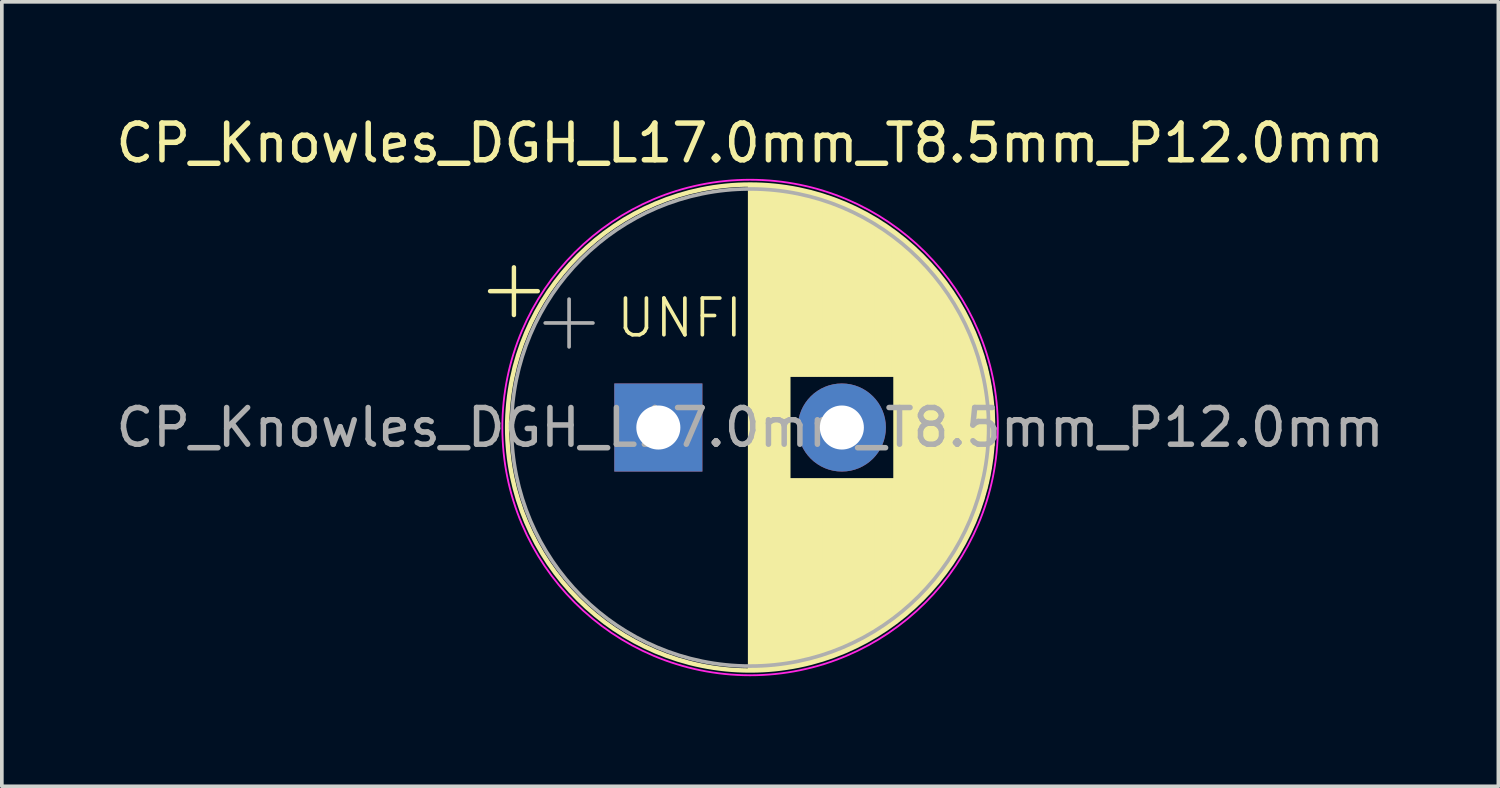
<source format=kicad_pcb>
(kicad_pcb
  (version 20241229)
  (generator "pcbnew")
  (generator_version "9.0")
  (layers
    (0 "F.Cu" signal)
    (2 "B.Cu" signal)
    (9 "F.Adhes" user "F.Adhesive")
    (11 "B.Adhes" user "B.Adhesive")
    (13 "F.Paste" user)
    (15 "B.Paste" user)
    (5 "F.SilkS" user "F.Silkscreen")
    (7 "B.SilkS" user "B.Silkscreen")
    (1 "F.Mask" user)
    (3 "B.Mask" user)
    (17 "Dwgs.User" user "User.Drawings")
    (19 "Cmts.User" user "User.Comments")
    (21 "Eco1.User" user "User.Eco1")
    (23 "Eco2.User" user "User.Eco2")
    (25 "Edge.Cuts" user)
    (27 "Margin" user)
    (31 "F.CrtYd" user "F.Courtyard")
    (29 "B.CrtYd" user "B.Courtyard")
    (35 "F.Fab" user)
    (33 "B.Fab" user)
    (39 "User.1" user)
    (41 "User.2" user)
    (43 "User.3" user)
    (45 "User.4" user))
  (footprint "CP_Knowles_DGH_L17.0mm_T8.5mm_P12.0mm"
    (layer "F.Cu")
    (at 14.887 8.598)
    (property "Reference" "CP_Knowles_DGH_L17.0mm_T8.5mm_P12.0mm" (at 2.5 -7.75 0) (layer "F.SilkS") (effects (font (size 1 1) (thickness 0.15))))
    (attr through_hole)
    (fp_line (start -4.585 -3.715) (end -3.285 -3.715) (stroke (width 0.12) (type solid)) (layer "F.SilkS"))
    (fp_line (start -3.935 -4.365) (end -3.935 -3.065) (stroke (width 0.12) (type solid)) (layer "F.SilkS"))
    (fp_line (start 2.5 -6.58) (end 2.5 6.58) (stroke (width 0.12) (type solid)) (layer "F.SilkS"))
    (fp_line (start 2.54 -6.58) (end 2.54 6.58) (stroke (width 0.12) (type solid)) (layer "F.SilkS"))
    (fp_line (start 2.58 -6.58) (end 2.58 6.58) (stroke (width 0.12) (type solid)) (layer "F.SilkS"))
    (fp_line (start 2.62 -6.579) (end 2.62 6.579) (stroke (width 0.12) (type solid)) (layer "F.SilkS"))
    (fp_line (start 2.66 -6.579) (end 2.66 6.579) (stroke (width 0.12) (type solid)) (layer "F.SilkS"))
    (fp_line (start 2.7 -6.577) (end 2.7 6.577) (stroke (width 0.12) (type solid)) (layer "F.SilkS"))
    (fp_line (start 2.74 -6.576) (end 2.74 6.576) (stroke (width 0.12) (type solid)) (layer "F.SilkS"))
    (fp_line (start 2.78 -6.575) (end 2.78 6.575) (stroke (width 0.12) (type solid)) (layer "F.SilkS"))
    (fp_line (start 2.82 -6.573) (end 2.82 6.573) (stroke (width 0.12) (type solid)) (layer "F.SilkS"))
    (fp_line (start 2.86 -6.571) (end 2.86 6.571) (stroke (width 0.12) (type solid)) (layer "F.SilkS"))
    (fp_line (start 2.9 -6.568) (end 2.9 6.568) (stroke (width 0.12) (type solid)) (layer "F.SilkS"))
    (fp_line (start 2.94 -6.566) (end 2.94 6.566) (stroke (width 0.12) (type solid)) (layer "F.SilkS"))
    (fp_line (start 2.98 -6.563) (end 2.98 6.563) (stroke (width 0.12) (type solid)) (layer "F.SilkS"))
    (fp_line (start 3.02 -6.56) (end 3.02 6.56) (stroke (width 0.12) (type solid)) (layer "F.SilkS"))
    (fp_line (start 3.06 -6.557) (end 3.06 6.557) (stroke (width 0.12) (type solid)) (layer "F.SilkS"))
    (fp_line (start 3.1 -6.553) (end 3.1 6.553) (stroke (width 0.12) (type solid)) (layer "F.SilkS"))
    (fp_line (start 3.14 -6.549) (end 3.14 6.549) (stroke (width 0.12) (type solid)) (layer "F.SilkS"))
    (fp_line (start 3.18 -6.545) (end 3.18 6.545) (stroke (width 0.12) (type solid)) (layer "F.SilkS"))
    (fp_line (start 3.221 -6.541) (end 3.221 6.541) (stroke (width 0.12) (type solid)) (layer "F.SilkS"))
    (fp_line (start 3.261 -6.537) (end 3.261 6.537) (stroke (width 0.12) (type solid)) (layer "F.SilkS"))
    (fp_line (start 3.301 -6.532) (end 3.301 6.532) (stroke (width 0.12) (type solid)) (layer "F.SilkS"))
    (fp_line (start 3.341 -6.527) (end 3.341 6.527) (stroke (width 0.12) (type solid)) (layer "F.SilkS"))
    (fp_line (start 3.381 -6.522) (end 3.381 6.522) (stroke (width 0.12) (type solid)) (layer "F.SilkS"))
    (fp_line (start 3.421 -6.516) (end 3.421 6.516) (stroke (width 0.12) (type solid)) (layer "F.SilkS"))
    (fp_line (start 3.461 -6.511) (end 3.461 6.511) (stroke (width 0.12) (type solid)) (layer "F.SilkS"))
    (fp_line (start 3.501 -6.505) (end 3.501 6.505) (stroke (width 0.12) (type solid)) (layer "F.SilkS"))
    (fp_line (start 3.541 -6.498) (end 3.541 6.498) (stroke (width 0.12) (type solid)) (layer "F.SilkS"))
    (fp_line (start 3.581 -6.492) (end 3.581 -1.44) (stroke (width 0.12) (type solid)) (layer "F.SilkS"))
    (fp_line (start 3.581 1.44) (end 3.581 6.492) (stroke (width 0.12) (type solid)) (layer "F.SilkS"))
    (fp_line (start 3.621 -6.485) (end 3.621 -1.44) (stroke (width 0.12) (type solid)) (layer "F.SilkS"))
    (fp_line (start 3.621 1.44) (end 3.621 6.485) (stroke (width 0.12) (type solid)) (layer "F.SilkS"))
    (fp_line (start 3.661 -6.478) (end 3.661 -1.44) (stroke (width 0.12) (type solid)) (layer "F.SilkS"))
    (fp_line (start 3.661 1.44) (end 3.661 6.478) (stroke (width 0.12) (type solid)) (layer "F.SilkS"))
    (fp_line (start 3.701 -6.471) (end 3.701 -1.44) (stroke (width 0.12) (type solid)) (layer "F.SilkS"))
    (fp_line (start 3.701 1.44) (end 3.701 6.471) (stroke (width 0.12) (type solid)) (layer "F.SilkS"))
    (fp_line (start 3.741 -6.463) (end 3.741 -1.44) (stroke (width 0.12) (type solid)) (layer "F.SilkS"))
    (fp_line (start 3.741 1.44) (end 3.741 6.463) (stroke (width 0.12) (type solid)) (layer "F.SilkS"))
    (fp_line (start 3.781 -6.456) (end 3.781 -1.44) (stroke (width 0.12) (type solid)) (layer "F.SilkS"))
    (fp_line (start 3.781 1.44) (end 3.781 6.456) (stroke (width 0.12) (type solid)) (layer "F.SilkS"))
    (fp_line (start 3.821 -6.448) (end 3.821 -1.44) (stroke (width 0.12) (type solid)) (layer "F.SilkS"))
    (fp_line (start 3.821 1.44) (end 3.821 6.448) (stroke (width 0.12) (type solid)) (layer "F.SilkS"))
    (fp_line (start 3.861 -6.439) (end 3.861 -1.44) (stroke (width 0.12) (type solid)) (layer "F.SilkS"))
    (fp_line (start 3.861 1.44) (end 3.861 6.439) (stroke (width 0.12) (type solid)) (layer "F.SilkS"))
    (fp_line (start 3.901 -6.431) (end 3.901 -1.44) (stroke (width 0.12) (type solid)) (layer "F.SilkS"))
    (fp_line (start 3.901 1.44) (end 3.901 6.431) (stroke (width 0.12) (type solid)) (layer "F.SilkS"))
    (fp_line (start 3.941 -6.422) (end 3.941 -1.44) (stroke (width 0.12) (type solid)) (layer "F.SilkS"))
    (fp_line (start 3.941 1.44) (end 3.941 6.422) (stroke (width 0.12) (type solid)) (layer "F.SilkS"))
    (fp_line (start 3.981 -6.413) (end 3.981 -1.44) (stroke (width 0.12) (type solid)) (layer "F.SilkS"))
    (fp_line (start 3.981 1.44) (end 3.981 6.413) (stroke (width 0.12) (type solid)) (layer "F.SilkS"))
    (fp_line (start 4.021 -6.404) (end 4.021 -1.44) (stroke (width 0.12) (type solid)) (layer "F.SilkS"))
    (fp_line (start 4.021 1.44) (end 4.021 6.404) (stroke (width 0.12) (type solid)) (layer "F.SilkS"))
    (fp_line (start 4.061 -6.394) (end 4.061 -1.44) (stroke (width 0.12) (type solid)) (layer "F.SilkS"))
    (fp_line (start 4.061 1.44) (end 4.061 6.394) (stroke (width 0.12) (type solid)) (layer "F.SilkS"))
    (fp_line (start 4.101 -6.384) (end 4.101 -1.44) (stroke (width 0.12) (type solid)) (layer "F.SilkS"))
    (fp_line (start 4.101 1.44) (end 4.101 6.384) (stroke (width 0.12) (type solid)) (layer "F.SilkS"))
    (fp_line (start 4.141 -6.374) (end 4.141 -1.44) (stroke (width 0.12) (type solid)) (layer "F.SilkS"))
    (fp_line (start 4.141 1.44) (end 4.141 6.374) (stroke (width 0.12) (type solid)) (layer "F.SilkS"))
    (fp_line (start 4.181 -6.364) (end 4.181 -1.44) (stroke (width 0.12) (type solid)) (layer "F.SilkS"))
    (fp_line (start 4.181 1.44) (end 4.181 6.364) (stroke (width 0.12) (type solid)) (layer "F.SilkS"))
    (fp_line (start 4.221 -6.353) (end 4.221 -1.44) (stroke (width 0.12) (type solid)) (layer "F.SilkS"))
    (fp_line (start 4.221 1.44) (end 4.221 6.353) (stroke (width 0.12) (type solid)) (layer "F.SilkS"))
    (fp_line (start 4.261 -6.342) (end 4.261 -1.44) (stroke (width 0.12) (type solid)) (layer "F.SilkS"))
    (fp_line (start 4.261 1.44) (end 4.261 6.342) (stroke (width 0.12) (type solid)) (layer "F.SilkS"))
    (fp_line (start 4.301 -6.331) (end 4.301 -1.44) (stroke (width 0.12) (type solid)) (layer "F.SilkS"))
    (fp_line (start 4.301 1.44) (end 4.301 6.331) (stroke (width 0.12) (type solid)) (layer "F.SilkS"))
    (fp_line (start 4.341 -6.32) (end 4.341 -1.44) (stroke (width 0.12) (type solid)) (layer "F.SilkS"))
    (fp_line (start 4.341 1.44) (end 4.341 6.32) (stroke (width 0.12) (type solid)) (layer "F.SilkS"))
    (fp_line (start 4.381 -6.308) (end 4.381 -1.44) (stroke (width 0.12) (type solid)) (layer "F.SilkS"))
    (fp_line (start 4.381 1.44) (end 4.381 6.308) (stroke (width 0.12) (type solid)) (layer "F.SilkS"))
    (fp_line (start 4.421 -6.296) (end 4.421 -1.44) (stroke (width 0.12) (type solid)) (layer "F.SilkS"))
    (fp_line (start 4.421 1.44) (end 4.421 6.296) (stroke (width 0.12) (type solid)) (layer "F.SilkS"))
    (fp_line (start 4.461 -6.284) (end 4.461 -1.44) (stroke (width 0.12) (type solid)) (layer "F.SilkS"))
    (fp_line (start 4.461 1.44) (end 4.461 6.284) (stroke (width 0.12) (type solid)) (layer "F.SilkS"))
    (fp_line (start 4.501 -6.271) (end 4.501 -1.44) (stroke (width 0.12) (type solid)) (layer "F.SilkS"))
    (fp_line (start 4.501 1.44) (end 4.501 6.271) (stroke (width 0.12) (type solid)) (layer "F.SilkS"))
    (fp_line (start 4.541 -6.258) (end 4.541 -1.44) (stroke (width 0.12) (type solid)) (layer "F.SilkS"))
    (fp_line (start 4.541 1.44) (end 4.541 6.258) (stroke (width 0.12) (type solid)) (layer "F.SilkS"))
    (fp_line (start 4.581 -6.245) (end 4.581 -1.44) (stroke (width 0.12) (type solid)) (layer "F.SilkS"))
    (fp_line (start 4.581 1.44) (end 4.581 6.245) (stroke (width 0.12) (type solid)) (layer "F.SilkS"))
    (fp_line (start 4.621 -6.232) (end 4.621 -1.44) (stroke (width 0.12) (type solid)) (layer "F.SilkS"))
    (fp_line (start 4.621 1.44) (end 4.621 6.232) (stroke (width 0.12) (type solid)) (layer "F.SilkS"))
    (fp_line (start 4.661 -6.218) (end 4.661 -1.44) (stroke (width 0.12) (type solid)) (layer "F.SilkS"))
    (fp_line (start 4.661 1.44) (end 4.661 6.218) (stroke (width 0.12) (type solid)) (layer "F.SilkS"))
    (fp_line (start 4.701 -6.204) (end 4.701 -1.44) (stroke (width 0.12) (type solid)) (layer "F.SilkS"))
    (fp_line (start 4.701 1.44) (end 4.701 6.204) (stroke (width 0.12) (type solid)) (layer "F.SilkS"))
    (fp_line (start 4.741 -6.19) (end 4.741 -1.44) (stroke (width 0.12) (type solid)) (layer "F.SilkS"))
    (fp_line (start 4.741 1.44) (end 4.741 6.19) (stroke (width 0.12) (type solid)) (layer "F.SilkS"))
    (fp_line (start 4.781 -6.175) (end 4.781 -1.44) (stroke (width 0.12) (type solid)) (layer "F.SilkS"))
    (fp_line (start 4.781 1.44) (end 4.781 6.175) (stroke (width 0.12) (type solid)) (layer "F.SilkS"))
    (fp_line (start 4.821 -6.161) (end 4.821 -1.44) (stroke (width 0.12) (type solid)) (layer "F.SilkS"))
    (fp_line (start 4.821 1.44) (end 4.821 6.161) (stroke (width 0.12) (type solid)) (layer "F.SilkS"))
    (fp_line (start 4.861 -6.146) (end 4.861 -1.44) (stroke (width 0.12) (type solid)) (layer "F.SilkS"))
    (fp_line (start 4.861 1.44) (end 4.861 6.146) (stroke (width 0.12) (type solid)) (layer "F.SilkS"))
    (fp_line (start 4.901 -6.13) (end 4.901 -1.44) (stroke (width 0.12) (type solid)) (layer "F.SilkS"))
    (fp_line (start 4.901 1.44) (end 4.901 6.13) (stroke (width 0.12) (type solid)) (layer "F.SilkS"))
    (fp_line (start 4.941 -6.114) (end 4.941 -1.44) (stroke (width 0.12) (type solid)) (layer "F.SilkS"))
    (fp_line (start 4.941 1.44) (end 4.941 6.114) (stroke (width 0.12) (type solid)) (layer "F.SilkS"))
    (fp_line (start 4.981 -6.098) (end 4.981 -1.44) (stroke (width 0.12) (type solid)) (layer "F.SilkS"))
    (fp_line (start 4.981 1.44) (end 4.981 6.098) (stroke (width 0.12) (type solid)) (layer "F.SilkS"))
    (fp_line (start 5.021 -6.082) (end 5.021 -1.44) (stroke (width 0.12) (type solid)) (layer "F.SilkS"))
    (fp_line (start 5.021 1.44) (end 5.021 6.082) (stroke (width 0.12) (type solid)) (layer "F.SilkS"))
    (fp_line (start 5.061 -6.065) (end 5.061 -1.44) (stroke (width 0.12) (type solid)) (layer "F.SilkS"))
    (fp_line (start 5.061 1.44) (end 5.061 6.065) (stroke (width 0.12) (type solid)) (layer "F.SilkS"))
    (fp_line (start 5.101 -6.049) (end 5.101 -1.44) (stroke (width 0.12) (type solid)) (layer "F.SilkS"))
    (fp_line (start 5.101 1.44) (end 5.101 6.049) (stroke (width 0.12) (type solid)) (layer "F.SilkS"))
    (fp_line (start 5.141 -6.031) (end 5.141 -1.44) (stroke (width 0.12) (type solid)) (layer "F.SilkS"))
    (fp_line (start 5.141 1.44) (end 5.141 6.031) (stroke (width 0.12) (type solid)) (layer "F.SilkS"))
    (fp_line (start 5.181 -6.014) (end 5.181 -1.44) (stroke (width 0.12) (type solid)) (layer "F.SilkS"))
    (fp_line (start 5.181 1.44) (end 5.181 6.014) (stroke (width 0.12) (type solid)) (layer "F.SilkS"))
    (fp_line (start 5.221 -5.996) (end 5.221 -1.44) (stroke (width 0.12) (type solid)) (layer "F.SilkS"))
    (fp_line (start 5.221 1.44) (end 5.221 5.996) (stroke (width 0.12) (type solid)) (layer "F.SilkS"))
    (fp_line (start 5.261 -5.978) (end 5.261 -1.44) (stroke (width 0.12) (type solid)) (layer "F.SilkS"))
    (fp_line (start 5.261 1.44) (end 5.261 5.978) (stroke (width 0.12) (type solid)) (layer "F.SilkS"))
    (fp_line (start 5.301 -5.959) (end 5.301 -1.44) (stroke (width 0.12) (type solid)) (layer "F.SilkS"))
    (fp_line (start 5.301 1.44) (end 5.301 5.959) (stroke (width 0.12) (type solid)) (layer "F.SilkS"))
    (fp_line (start 5.341 -5.94) (end 5.341 -1.44) (stroke (width 0.12) (type solid)) (layer "F.SilkS"))
    (fp_line (start 5.341 1.44) (end 5.341 5.94) (stroke (width 0.12) (type solid)) (layer "F.SilkS"))
    (fp_line (start 5.381 -5.921) (end 5.381 -1.44) (stroke (width 0.12) (type solid)) (layer "F.SilkS"))
    (fp_line (start 5.381 1.44) (end 5.381 5.921) (stroke (width 0.12) (type solid)) (layer "F.SilkS"))
    (fp_line (start 5.421 -5.902) (end 5.421 -1.44) (stroke (width 0.12) (type solid)) (layer "F.SilkS"))
    (fp_line (start 5.421 1.44) (end 5.421 5.902) (stroke (width 0.12) (type solid)) (layer "F.SilkS"))
    (fp_line (start 5.461 -5.882) (end 5.461 -1.44) (stroke (width 0.12) (type solid)) (layer "F.SilkS"))
    (fp_line (start 5.461 1.44) (end 5.461 5.882) (stroke (width 0.12) (type solid)) (layer "F.SilkS"))
    (fp_line (start 5.501 -5.862) (end 5.501 -1.44) (stroke (width 0.12) (type solid)) (layer "F.SilkS"))
    (fp_line (start 5.501 1.44) (end 5.501 5.862) (stroke (width 0.12) (type solid)) (layer "F.SilkS"))
    (fp_line (start 5.541 -5.841) (end 5.541 -1.44) (stroke (width 0.12) (type solid)) (layer "F.SilkS"))
    (fp_line (start 5.541 1.44) (end 5.541 5.841) (stroke (width 0.12) (type solid)) (layer "F.SilkS"))
    (fp_line (start 5.581 -5.82) (end 5.581 -1.44) (stroke (width 0.12) (type solid)) (layer "F.SilkS"))
    (fp_line (start 5.581 1.44) (end 5.581 5.82) (stroke (width 0.12) (type solid)) (layer "F.SilkS"))
    (fp_line (start 5.621 -5.799) (end 5.621 -1.44) (stroke (width 0.12) (type solid)) (layer "F.SilkS"))
    (fp_line (start 5.621 1.44) (end 5.621 5.799) (stroke (width 0.12) (type solid)) (layer "F.SilkS"))
    (fp_line (start 5.661 -5.778) (end 5.661 -1.44) (stroke (width 0.12) (type solid)) (layer "F.SilkS"))
    (fp_line (start 5.661 1.44) (end 5.661 5.778) (stroke (width 0.12) (type solid)) (layer "F.SilkS"))
    (fp_line (start 5.701 -5.756) (end 5.701 -1.44) (stroke (width 0.12) (type solid)) (layer "F.SilkS"))
    (fp_line (start 5.701 1.44) (end 5.701 5.756) (stroke (width 0.12) (type solid)) (layer "F.SilkS"))
    (fp_line (start 5.741 -5.733) (end 5.741 -1.44) (stroke (width 0.12) (type solid)) (layer "F.SilkS"))
    (fp_line (start 5.741 1.44) (end 5.741 5.733) (stroke (width 0.12) (type solid)) (layer "F.SilkS"))
    (fp_line (start 5.781 -5.711) (end 5.781 -1.44) (stroke (width 0.12) (type solid)) (layer "F.SilkS"))
    (fp_line (start 5.781 1.44) (end 5.781 5.711) (stroke (width 0.12) (type solid)) (layer "F.SilkS"))
    (fp_line (start 5.821 -5.688) (end 5.821 -1.44) (stroke (width 0.12) (type solid)) (layer "F.SilkS"))
    (fp_line (start 5.821 1.44) (end 5.821 5.688) (stroke (width 0.12) (type solid)) (layer "F.SilkS"))
    (fp_line (start 5.861 -5.664) (end 5.861 -1.44) (stroke (width 0.12) (type solid)) (layer "F.SilkS"))
    (fp_line (start 5.861 1.44) (end 5.861 5.664) (stroke (width 0.12) (type solid)) (layer "F.SilkS"))
    (fp_line (start 5.901 -5.641) (end 5.901 -1.44) (stroke (width 0.12) (type solid)) (layer "F.SilkS"))
    (fp_line (start 5.901 1.44) (end 5.901 5.641) (stroke (width 0.12) (type solid)) (layer "F.SilkS"))
    (fp_line (start 5.941 -5.617) (end 5.941 -1.44) (stroke (width 0.12) (type solid)) (layer "F.SilkS"))
    (fp_line (start 5.941 1.44) (end 5.941 5.617) (stroke (width 0.12) (type solid)) (layer "F.SilkS"))
    (fp_line (start 5.981 -5.592) (end 5.981 -1.44) (stroke (width 0.12) (type solid)) (layer "F.SilkS"))
    (fp_line (start 5.981 1.44) (end 5.981 5.592) (stroke (width 0.12) (type solid)) (layer "F.SilkS"))
    (fp_line (start 6.021 -5.567) (end 6.021 -1.44) (stroke (width 0.12) (type solid)) (layer "F.SilkS"))
    (fp_line (start 6.021 1.44) (end 6.021 5.567) (stroke (width 0.12) (type solid)) (layer "F.SilkS"))
    (fp_line (start 6.061 -5.542) (end 6.061 -1.44) (stroke (width 0.12) (type solid)) (layer "F.SilkS"))
    (fp_line (start 6.061 1.44) (end 6.061 5.542) (stroke (width 0.12) (type solid)) (layer "F.SilkS"))
    (fp_line (start 6.101 -5.516) (end 6.101 -1.44) (stroke (width 0.12) (type solid)) (layer "F.SilkS"))
    (fp_line (start 6.101 1.44) (end 6.101 5.516) (stroke (width 0.12) (type solid)) (layer "F.SilkS"))
    (fp_line (start 6.141 -5.49) (end 6.141 -1.44) (stroke (width 0.12) (type solid)) (layer "F.SilkS"))
    (fp_line (start 6.141 1.44) (end 6.141 5.49) (stroke (width 0.12) (type solid)) (layer "F.SilkS"))
    (fp_line (start 6.181 -5.463) (end 6.181 -1.44) (stroke (width 0.12) (type solid)) (layer "F.SilkS"))
    (fp_line (start 6.181 1.44) (end 6.181 5.463) (stroke (width 0.12) (type solid)) (layer "F.SilkS"))
    (fp_line (start 6.221 -5.436) (end 6.221 -1.44) (stroke (width 0.12) (type solid)) (layer "F.SilkS"))
    (fp_line (start 6.221 1.44) (end 6.221 5.436) (stroke (width 0.12) (type solid)) (layer "F.SilkS"))
    (fp_line (start 6.261 -5.409) (end 6.261 -1.44) (stroke (width 0.12) (type solid)) (layer "F.SilkS"))
    (fp_line (start 6.261 1.44) (end 6.261 5.409) (stroke (width 0.12) (type solid)) (layer "F.SilkS"))
    (fp_line (start 6.301 -5.381) (end 6.301 -1.44) (stroke (width 0.12) (type solid)) (layer "F.SilkS"))
    (fp_line (start 6.301 1.44) (end 6.301 5.381) (stroke (width 0.12) (type solid)) (layer "F.SilkS"))
    (fp_line (start 6.341 -5.353) (end 6.341 -1.44) (stroke (width 0.12) (type solid)) (layer "F.SilkS"))
    (fp_line (start 6.341 1.44) (end 6.341 5.353) (stroke (width 0.12) (type solid)) (layer "F.SilkS"))
    (fp_line (start 6.381 -5.324) (end 6.381 -1.44) (stroke (width 0.12) (type solid)) (layer "F.SilkS"))
    (fp_line (start 6.381 1.44) (end 6.381 5.324) (stroke (width 0.12) (type solid)) (layer "F.SilkS"))
    (fp_line (start 6.421 -5.295) (end 6.421 -1.44) (stroke (width 0.12) (type solid)) (layer "F.SilkS"))
    (fp_line (start 6.421 1.44) (end 6.421 5.295) (stroke (width 0.12) (type solid)) (layer "F.SilkS"))
    (fp_line (start 6.461 -5.265) (end 6.461 5.265) (stroke (width 0.12) (type solid)) (layer "F.SilkS"))
    (fp_line (start 6.501 -5.235) (end 6.501 5.235) (stroke (width 0.12) (type solid)) (layer "F.SilkS"))
    (fp_line (start 6.541 -5.205) (end 6.541 5.205) (stroke (width 0.12) (type solid)) (layer "F.SilkS"))
    (fp_line (start 6.581 -5.174) (end 6.581 5.174) (stroke (width 0.12) (type solid)) (layer "F.SilkS"))
    (fp_line (start 6.621 -5.142) (end 6.621 5.142) (stroke (width 0.12) (type solid)) (layer "F.SilkS"))
    (fp_line (start 6.661 -5.11) (end 6.661 5.11) (stroke (width 0.12) (type solid)) (layer "F.SilkS"))
    (fp_line (start 6.701 -5.078) (end 6.701 5.078) (stroke (width 0.12) (type solid)) (layer "F.SilkS"))
    (fp_line (start 6.741 -5.044) (end 6.741 5.044) (stroke (width 0.12) (type solid)) (layer "F.SilkS"))
    (fp_line (start 6.781 -5.011) (end 6.781 5.011) (stroke (width 0.12) (type solid)) (layer "F.SilkS"))
    (fp_line (start 6.821 -4.977) (end 6.821 4.977) (stroke (width 0.12) (type solid)) (layer "F.SilkS"))
    (fp_line (start 6.861 -4.942) (end 6.861 4.942) (stroke (width 0.12) (type solid)) (layer "F.SilkS"))
    (fp_line (start 6.901 -4.907) (end 6.901 4.907) (stroke (width 0.12) (type solid)) (layer "F.SilkS"))
    (fp_line (start 6.941 -4.871) (end 6.941 4.871) (stroke (width 0.12) (type solid)) (layer "F.SilkS"))
    (fp_line (start 6.981 -4.834) (end 6.981 4.834) (stroke (width 0.12) (type solid)) (layer "F.SilkS"))
    (fp_line (start 7.021 -4.797) (end 7.021 4.797) (stroke (width 0.12) (type solid)) (layer "F.SilkS"))
    (fp_line (start 7.061 -4.76) (end 7.061 4.76) (stroke (width 0.12) (type solid)) (layer "F.SilkS"))
    (fp_line (start 7.101 -4.721) (end 7.101 4.721) (stroke (width 0.12) (type solid)) (layer "F.SilkS"))
    (fp_line (start 7.141 -4.682) (end 7.141 4.682) (stroke (width 0.12) (type solid)) (layer "F.SilkS"))
    (fp_line (start 7.181 -4.643) (end 7.181 4.643) (stroke (width 0.12) (type solid)) (layer "F.SilkS"))
    (fp_line (start 7.221 -4.602) (end 7.221 4.602) (stroke (width 0.12) (type solid)) (layer "F.SilkS"))
    (fp_line (start 7.261 -4.561) (end 7.261 4.561) (stroke (width 0.12) (type solid)) (layer "F.SilkS"))
    (fp_line (start 7.301 -4.519) (end 7.301 4.519) (stroke (width 0.12) (type solid)) (layer "F.SilkS"))
    (fp_line (start 7.341 -4.477) (end 7.341 4.477) (stroke (width 0.12) (type solid)) (layer "F.SilkS"))
    (fp_line (start 7.381 -4.434) (end 7.381 4.434) (stroke (width 0.12) (type solid)) (layer "F.SilkS"))
    (fp_line (start 7.421 -4.39) (end 7.421 4.39) (stroke (width 0.12) (type solid)) (layer "F.SilkS"))
    (fp_line (start 7.461 -4.345) (end 7.461 4.345) (stroke (width 0.12) (type solid)) (layer "F.SilkS"))
    (fp_line (start 7.501 -4.299) (end 7.501 4.299) (stroke (width 0.12) (type solid)) (layer "F.SilkS"))
    (fp_line (start 7.541 -4.253) (end 7.541 4.253) (stroke (width 0.12) (type solid)) (layer "F.SilkS"))
    (fp_line (start 7.581 -4.205) (end 7.581 4.205) (stroke (width 0.12) (type solid)) (layer "F.SilkS"))
    (fp_line (start 7.621 -4.157) (end 7.621 4.157) (stroke (width 0.12) (type solid)) (layer "F.SilkS"))
    (fp_line (start 7.661 -4.108) (end 7.661 4.108) (stroke (width 0.12) (type solid)) (layer "F.SilkS"))
    (fp_line (start 7.701 -4.057) (end 7.701 4.057) (stroke (width 0.12) (type solid)) (layer "F.SilkS"))
    (fp_line (start 7.741 -4.006) (end 7.741 4.006) (stroke (width 0.12) (type solid)) (layer "F.SilkS"))
    (fp_line (start 7.781 -3.954) (end 7.781 3.954) (stroke (width 0.12) (type solid)) (layer "F.SilkS"))
    (fp_line (start 7.821 -3.9) (end 7.821 3.9) (stroke (width 0.12) (type solid)) (layer "F.SilkS"))
    (fp_line (start 7.861 -3.846) (end 7.861 3.846) (stroke (width 0.12) (type solid)) (layer "F.SilkS"))
    (fp_line (start 7.901 -3.79) (end 7.901 3.79) (stroke (width 0.12) (type solid)) (layer "F.SilkS"))
    (fp_line (start 7.941 -3.733) (end 7.941 3.733) (stroke (width 0.12) (type solid)) (layer "F.SilkS"))
    (fp_line (start 7.981 -3.675) (end 7.981 3.675) (stroke (width 0.12) (type solid)) (layer "F.SilkS"))
    (fp_line (start 8.021 -3.615) (end 8.021 3.615) (stroke (width 0.12) (type solid)) (layer "F.SilkS"))
    (fp_line (start 8.061 -3.554) (end 8.061 3.554) (stroke (width 0.12) (type solid)) (layer "F.SilkS"))
    (fp_line (start 8.101 -3.491) (end 8.101 3.491) (stroke (width 0.12) (type solid)) (layer "F.SilkS"))
    (fp_line (start 8.141 -3.427) (end 8.141 3.427) (stroke (width 0.12) (type solid)) (layer "F.SilkS"))
    (fp_line (start 8.181 -3.361) (end 8.181 3.361) (stroke (width 0.12) (type solid)) (layer "F.SilkS"))
    (fp_line (start 8.221 -3.293) (end 8.221 3.293) (stroke (width 0.12) (type solid)) (layer "F.SilkS"))
    (fp_line (start 8.261 -3.223) (end 8.261 3.223) (stroke (width 0.12) (type solid)) (layer "F.SilkS"))
    (fp_line (start 8.301 -3.152) (end 8.301 3.152) (stroke (width 0.12) (type solid)) (layer "F.SilkS"))
    (fp_line (start 8.341 -3.078) (end 8.341 3.078) (stroke (width 0.12) (type solid)) (layer "F.SilkS"))
    (fp_line (start 8.381 -3.002) (end 8.381 3.002) (stroke (width 0.12) (type solid)) (layer "F.SilkS"))
    (fp_line (start 8.421 -2.923) (end 8.421 2.923) (stroke (width 0.12) (type solid)) (layer "F.SilkS"))
    (fp_line (start 8.461 -2.842) (end 8.461 2.842) (stroke (width 0.12) (type solid)) (layer "F.SilkS"))
    (fp_line (start 8.501 -2.758) (end 8.501 2.758) (stroke (width 0.12) (type solid)) (layer "F.SilkS"))
    (fp_line (start 8.541 -2.67) (end 8.541 2.67) (stroke (width 0.12) (type solid)) (layer "F.SilkS"))
    (fp_line (start 8.581 -2.579) (end 8.581 2.579) (stroke (width 0.12) (type solid)) (layer "F.SilkS"))
    (fp_line (start 8.621 -2.484) (end 8.621 2.484) (stroke (width 0.12) (type solid)) (layer "F.SilkS"))
    (fp_line (start 8.661 -2.385) (end 8.661 2.385) (stroke (width 0.12) (type solid)) (layer "F.SilkS"))
    (fp_line (start 8.701 -2.281) (end 8.701 2.281) (stroke (width 0.12) (type solid)) (layer "F.SilkS"))
    (fp_line (start 8.741 -2.171) (end 8.741 2.171) (stroke (width 0.12) (type solid)) (layer "F.SilkS"))
    (fp_line (start 8.781 -2.055) (end 8.781 2.055) (stroke (width 0.12) (type solid)) (layer "F.SilkS"))
    (fp_line (start 8.821 -1.931) (end 8.821 1.931) (stroke (width 0.12) (type solid)) (layer "F.SilkS"))
    (fp_line (start 8.861 -1.798) (end 8.861 1.798) (stroke (width 0.12) (type solid)) (layer "F.SilkS"))
    (fp_line (start 8.901 -1.653) (end 8.901 1.653) (stroke (width 0.12) (type solid)) (layer "F.SilkS"))
    (fp_line (start 8.941 -1.494) (end 8.941 1.494) (stroke (width 0.12) (type solid)) (layer "F.SilkS"))
    (fp_line (start 8.981 -1.315) (end 8.981 1.315) (stroke (width 0.12) (type solid)) (layer "F.SilkS"))
    (fp_line (start 9.021 -1.107) (end 9.021 1.107) (stroke (width 0.12) (type solid)) (layer "F.SilkS"))
    (fp_line (start 9.061 -0.85) (end 9.061 0.85) (stroke (width 0.12) (type solid)) (layer "F.SilkS"))
    (fp_line (start 9.101 -0.475) (end 9.101 0.475) (stroke (width 0.12) (type solid)) (layer "F.SilkS"))
    (fp_circle (center 2.5 0) (end 9.12 0) (stroke (width 0.12) (type solid)) (fill no) (layer "F.SilkS"))
    (fp_circle (center 2.5 0) (end 9.25 0) (stroke (width 0.05) (type solid)) (fill no) (layer "F.CrtYd"))
    (fp_line (start -3.082 -2.848) (end -1.782 -2.848) (stroke (width 0.1) (type solid)) (layer "F.Fab"))
    (fp_line (start -2.432 -3.498) (end -2.432 -2.197) (stroke (width 0.1) (type solid)) (layer "F.Fab"))
    (fp_circle (center 2.5 0) (end 9 0) (stroke (width 0.1) (type solid)) (fill no) (layer "F.Fab"))
    (fp_text user "UNFINISHED" (at -1.2 -2.4 0) (unlocked yes) (layer "F.SilkS") (effects (font (size 1 1) (thickness 0.1)) (justify left bottom)))
    (fp_text user "${REFERENCE}" (at 2.5 0 0) (layer "F.Fab") (effects (font (size 1 1) (thickness 0.15))))
    (pad "1" thru_hole rect (at 0 0) (size 2.4 2.4) (drill 1.2) (layers "*.Cu" "*.Mask"))
    (pad "2" thru_hole circle (at 5 0) (size 2.4 2.4) (drill 1.2) (layers "*.Cu" "*.Mask")))
  (gr_rect
    (start -3 -3)
    (end 37.774 18.373)
    (stroke (width 0.1) (type default))
    (fill no)
    (layer "Edge.Cuts")))
</source>
